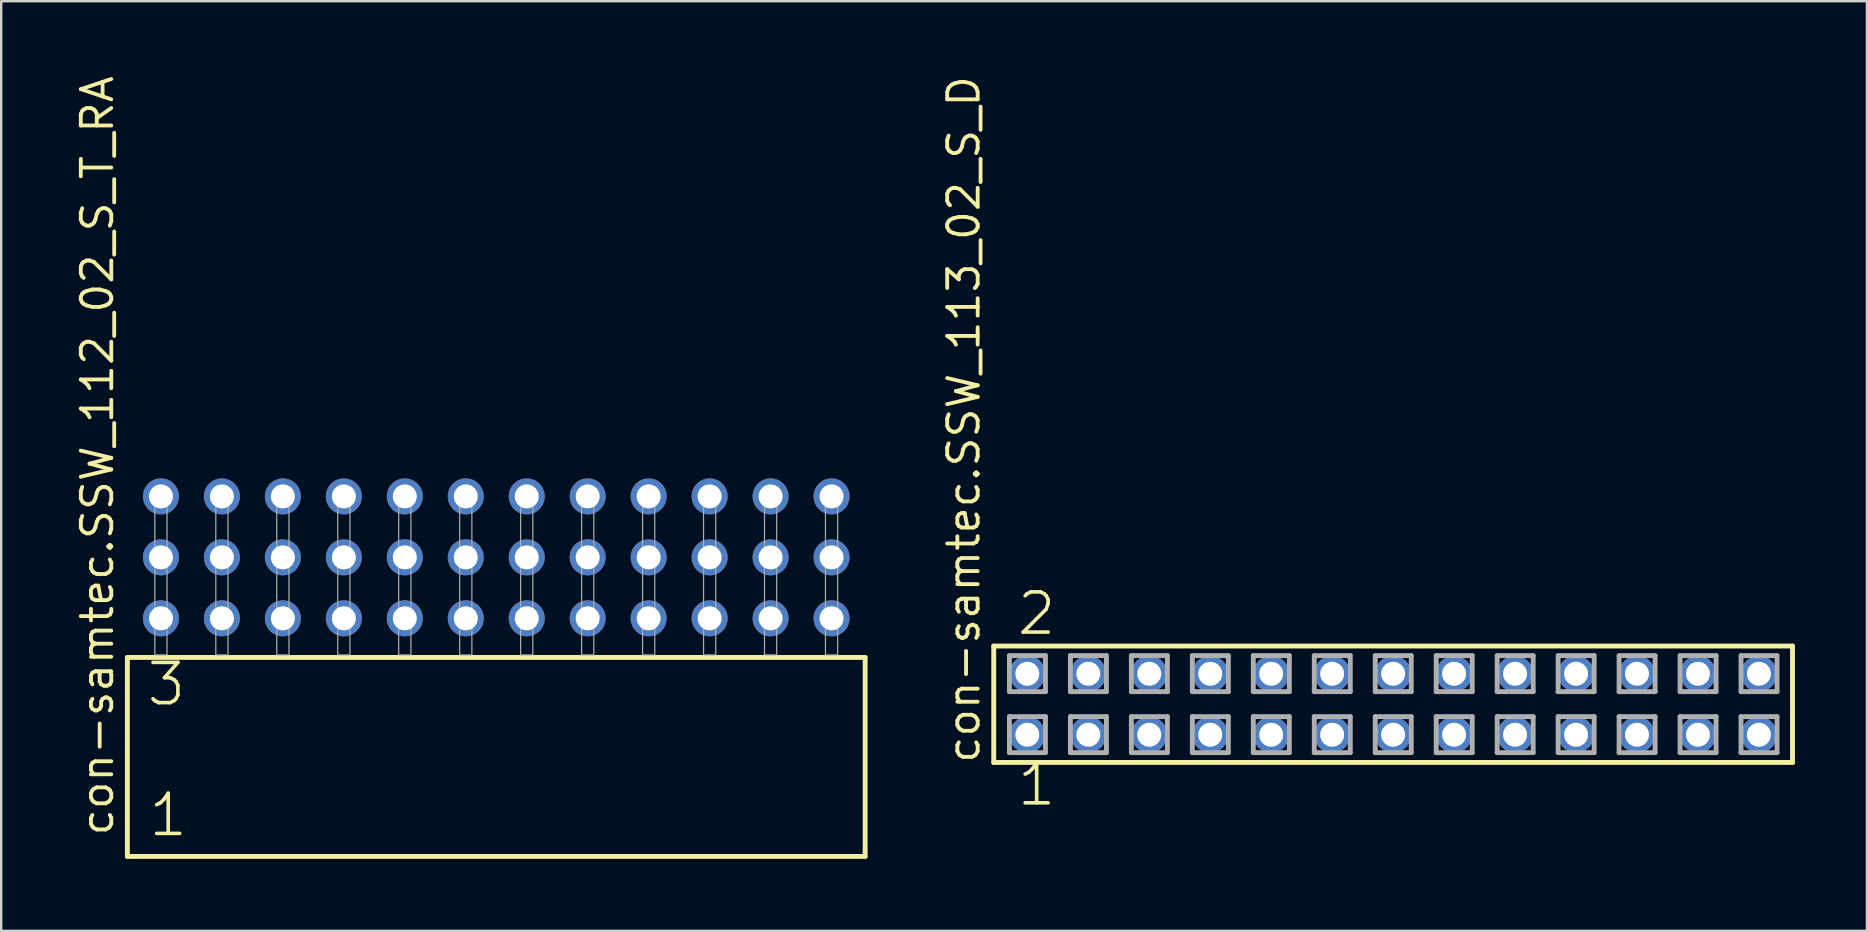
<source format=kicad_pcb>
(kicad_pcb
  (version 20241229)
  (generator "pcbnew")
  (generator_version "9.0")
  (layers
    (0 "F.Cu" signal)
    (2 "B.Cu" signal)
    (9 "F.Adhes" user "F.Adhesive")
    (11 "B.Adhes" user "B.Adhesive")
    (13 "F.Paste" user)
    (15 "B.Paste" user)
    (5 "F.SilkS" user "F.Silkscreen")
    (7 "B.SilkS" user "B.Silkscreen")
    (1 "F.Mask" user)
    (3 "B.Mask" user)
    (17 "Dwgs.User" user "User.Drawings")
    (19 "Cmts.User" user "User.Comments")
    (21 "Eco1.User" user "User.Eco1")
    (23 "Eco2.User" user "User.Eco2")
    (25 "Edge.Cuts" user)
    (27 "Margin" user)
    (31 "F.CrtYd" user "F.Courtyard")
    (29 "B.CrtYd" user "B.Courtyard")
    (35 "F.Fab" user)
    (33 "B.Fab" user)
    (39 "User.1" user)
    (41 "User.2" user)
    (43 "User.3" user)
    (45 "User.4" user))
  (footprint "con-samtec.SSW_113_02_S_D"
    (layer "F.Cu")
    (at 54.991 26.291)
    (property "Reference" "con-samtec.SSW_113_02_S_D" (at -17.145 2.54 90) (layer "F.SilkS") (effects (font (size 1.27 1.27) (thickness 0.16)) (justify left bottom)))
    (attr through_hole)
    (fp_line (start -16.639 -2.425) (end 16.639 -2.425) (stroke (width 0.203) (type default)) (layer "F.SilkS"))
    (fp_line (start -16.639 2.425) (end -16.639 -2.425) (stroke (width 0.203) (type default)) (layer "F.SilkS"))
    (fp_line (start 16.639 -2.425) (end 16.639 2.425) (stroke (width 0.203) (type default)) (layer "F.SilkS"))
    (fp_line (start 16.639 2.425) (end -16.639 2.425) (stroke (width 0.203) (type default)) (layer "F.SilkS"))
    (fp_line (start -15.985 -2.025) (end -14.485 -2.025) (stroke (width 0.203) (type default)) (layer "F.Fab"))
    (fp_line (start -15.985 -0.525) (end -15.985 -2.025) (stroke (width 0.203) (type default)) (layer "F.Fab"))
    (fp_line (start -15.985 0.515) (end -14.485 0.515) (stroke (width 0.203) (type default)) (layer "F.Fab"))
    (fp_line (start -15.985 2.015) (end -15.985 0.515) (stroke (width 0.203) (type default)) (layer "F.Fab"))
    (fp_line (start -14.485 -2.025) (end -14.485 -0.525) (stroke (width 0.203) (type default)) (layer "F.Fab"))
    (fp_line (start -14.485 -0.525) (end -15.985 -0.525) (stroke (width 0.203) (type default)) (layer "F.Fab"))
    (fp_line (start -14.485 0.515) (end -14.485 2.015) (stroke (width 0.203) (type default)) (layer "F.Fab"))
    (fp_line (start -14.485 2.015) (end -15.985 2.015) (stroke (width 0.203) (type default)) (layer "F.Fab"))
    (fp_line (start -13.445 -2.025) (end -11.945 -2.025) (stroke (width 0.203) (type default)) (layer "F.Fab"))
    (fp_line (start -13.445 -0.525) (end -13.445 -2.025) (stroke (width 0.203) (type default)) (layer "F.Fab"))
    (fp_line (start -13.445 0.515) (end -11.945 0.515) (stroke (width 0.203) (type default)) (layer "F.Fab"))
    (fp_line (start -13.445 2.015) (end -13.445 0.515) (stroke (width 0.203) (type default)) (layer "F.Fab"))
    (fp_line (start -11.945 -2.025) (end -11.945 -0.525) (stroke (width 0.203) (type default)) (layer "F.Fab"))
    (fp_line (start -11.945 -0.525) (end -13.445 -0.525) (stroke (width 0.203) (type default)) (layer "F.Fab"))
    (fp_line (start -11.945 0.515) (end -11.945 2.015) (stroke (width 0.203) (type default)) (layer "F.Fab"))
    (fp_line (start -11.945 2.015) (end -13.445 2.015) (stroke (width 0.203) (type default)) (layer "F.Fab"))
    (fp_line (start -10.905 -2.025) (end -9.405 -2.025) (stroke (width 0.203) (type default)) (layer "F.Fab"))
    (fp_line (start -10.905 -0.525) (end -10.905 -2.025) (stroke (width 0.203) (type default)) (layer "F.Fab"))
    (fp_line (start -10.905 0.515) (end -9.405 0.515) (stroke (width 0.203) (type default)) (layer "F.Fab"))
    (fp_line (start -10.905 2.015) (end -10.905 0.515) (stroke (width 0.203) (type default)) (layer "F.Fab"))
    (fp_line (start -9.405 -2.025) (end -9.405 -0.525) (stroke (width 0.203) (type default)) (layer "F.Fab"))
    (fp_line (start -9.405 -0.525) (end -10.905 -0.525) (stroke (width 0.203) (type default)) (layer "F.Fab"))
    (fp_line (start -9.405 0.515) (end -9.405 2.015) (stroke (width 0.203) (type default)) (layer "F.Fab"))
    (fp_line (start -9.405 2.015) (end -10.905 2.015) (stroke (width 0.203) (type default)) (layer "F.Fab"))
    (fp_line (start -8.365 -2.025) (end -6.865 -2.025) (stroke (width 0.203) (type default)) (layer "F.Fab"))
    (fp_line (start -8.365 -0.525) (end -8.365 -2.025) (stroke (width 0.203) (type default)) (layer "F.Fab"))
    (fp_line (start -8.365 0.515) (end -6.865 0.515) (stroke (width 0.203) (type default)) (layer "F.Fab"))
    (fp_line (start -8.365 2.015) (end -8.365 0.515) (stroke (width 0.203) (type default)) (layer "F.Fab"))
    (fp_line (start -6.865 -2.025) (end -6.865 -0.525) (stroke (width 0.203) (type default)) (layer "F.Fab"))
    (fp_line (start -6.865 -0.525) (end -8.365 -0.525) (stroke (width 0.203) (type default)) (layer "F.Fab"))
    (fp_line (start -6.865 0.515) (end -6.865 2.015) (stroke (width 0.203) (type default)) (layer "F.Fab"))
    (fp_line (start -6.865 2.015) (end -8.365 2.015) (stroke (width 0.203) (type default)) (layer "F.Fab"))
    (fp_line (start -5.825 -2.025) (end -4.325 -2.025) (stroke (width 0.203) (type default)) (layer "F.Fab"))
    (fp_line (start -5.825 -0.525) (end -5.825 -2.025) (stroke (width 0.203) (type default)) (layer "F.Fab"))
    (fp_line (start -5.825 0.515) (end -4.325 0.515) (stroke (width 0.203) (type default)) (layer "F.Fab"))
    (fp_line (start -5.825 2.015) (end -5.825 0.515) (stroke (width 0.203) (type default)) (layer "F.Fab"))
    (fp_line (start -4.325 -2.025) (end -4.325 -0.525) (stroke (width 0.203) (type default)) (layer "F.Fab"))
    (fp_line (start -4.325 -0.525) (end -5.825 -0.525) (stroke (width 0.203) (type default)) (layer "F.Fab"))
    (fp_line (start -4.325 0.515) (end -4.325 2.015) (stroke (width 0.203) (type default)) (layer "F.Fab"))
    (fp_line (start -4.325 2.015) (end -5.825 2.015) (stroke (width 0.203) (type default)) (layer "F.Fab"))
    (fp_line (start -3.285 -2.025) (end -1.785 -2.025) (stroke (width 0.203) (type default)) (layer "F.Fab"))
    (fp_line (start -3.285 -0.525) (end -3.285 -2.025) (stroke (width 0.203) (type default)) (layer "F.Fab"))
    (fp_line (start -3.285 0.515) (end -1.785 0.515) (stroke (width 0.203) (type default)) (layer "F.Fab"))
    (fp_line (start -3.285 2.015) (end -3.285 0.515) (stroke (width 0.203) (type default)) (layer "F.Fab"))
    (fp_line (start -1.785 -2.025) (end -1.785 -0.525) (stroke (width 0.203) (type default)) (layer "F.Fab"))
    (fp_line (start -1.785 -0.525) (end -3.285 -0.525) (stroke (width 0.203) (type default)) (layer "F.Fab"))
    (fp_line (start -1.785 0.515) (end -1.785 2.015) (stroke (width 0.203) (type default)) (layer "F.Fab"))
    (fp_line (start -1.785 2.015) (end -3.285 2.015) (stroke (width 0.203) (type default)) (layer "F.Fab"))
    (fp_line (start -0.745 -2.025) (end 0.755 -2.025) (stroke (width 0.203) (type default)) (layer "F.Fab"))
    (fp_line (start -0.745 -0.525) (end -0.745 -2.025) (stroke (width 0.203) (type default)) (layer "F.Fab"))
    (fp_line (start -0.745 0.515) (end 0.755 0.515) (stroke (width 0.203) (type default)) (layer "F.Fab"))
    (fp_line (start -0.745 2.015) (end -0.745 0.515) (stroke (width 0.203) (type default)) (layer "F.Fab"))
    (fp_line (start 0.755 -2.025) (end 0.755 -0.525) (stroke (width 0.203) (type default)) (layer "F.Fab"))
    (fp_line (start 0.755 -0.525) (end -0.745 -0.525) (stroke (width 0.203) (type default)) (layer "F.Fab"))
    (fp_line (start 0.755 0.515) (end 0.755 2.015) (stroke (width 0.203) (type default)) (layer "F.Fab"))
    (fp_line (start 0.755 2.015) (end -0.745 2.015) (stroke (width 0.203) (type default)) (layer "F.Fab"))
    (fp_line (start 1.795 -2.025) (end 3.295 -2.025) (stroke (width 0.203) (type default)) (layer "F.Fab"))
    (fp_line (start 1.795 -0.525) (end 1.795 -2.025) (stroke (width 0.203) (type default)) (layer "F.Fab"))
    (fp_line (start 1.795 0.515) (end 3.295 0.515) (stroke (width 0.203) (type default)) (layer "F.Fab"))
    (fp_line (start 1.795 2.015) (end 1.795 0.515) (stroke (width 0.203) (type default)) (layer "F.Fab"))
    (fp_line (start 3.295 -2.025) (end 3.295 -0.525) (stroke (width 0.203) (type default)) (layer "F.Fab"))
    (fp_line (start 3.295 -0.525) (end 1.795 -0.525) (stroke (width 0.203) (type default)) (layer "F.Fab"))
    (fp_line (start 3.295 0.515) (end 3.295 2.015) (stroke (width 0.203) (type default)) (layer "F.Fab"))
    (fp_line (start 3.295 2.015) (end 1.795 2.015) (stroke (width 0.203) (type default)) (layer "F.Fab"))
    (fp_line (start 4.335 -2.025) (end 5.835 -2.025) (stroke (width 0.203) (type default)) (layer "F.Fab"))
    (fp_line (start 4.335 -0.525) (end 4.335 -2.025) (stroke (width 0.203) (type default)) (layer "F.Fab"))
    (fp_line (start 4.335 0.515) (end 5.835 0.515) (stroke (width 0.203) (type default)) (layer "F.Fab"))
    (fp_line (start 4.335 2.015) (end 4.335 0.515) (stroke (width 0.203) (type default)) (layer "F.Fab"))
    (fp_line (start 5.835 -2.025) (end 5.835 -0.525) (stroke (width 0.203) (type default)) (layer "F.Fab"))
    (fp_line (start 5.835 -0.525) (end 4.335 -0.525) (stroke (width 0.203) (type default)) (layer "F.Fab"))
    (fp_line (start 5.835 0.515) (end 5.835 2.015) (stroke (width 0.203) (type default)) (layer "F.Fab"))
    (fp_line (start 5.835 2.015) (end 4.335 2.015) (stroke (width 0.203) (type default)) (layer "F.Fab"))
    (fp_line (start 6.875 -2.025) (end 8.375 -2.025) (stroke (width 0.203) (type default)) (layer "F.Fab"))
    (fp_line (start 6.875 -0.525) (end 6.875 -2.025) (stroke (width 0.203) (type default)) (layer "F.Fab"))
    (fp_line (start 6.875 0.515) (end 8.375 0.515) (stroke (width 0.203) (type default)) (layer "F.Fab"))
    (fp_line (start 6.875 2.015) (end 6.875 0.515) (stroke (width 0.203) (type default)) (layer "F.Fab"))
    (fp_line (start 8.375 -2.025) (end 8.375 -0.525) (stroke (width 0.203) (type default)) (layer "F.Fab"))
    (fp_line (start 8.375 -0.525) (end 6.875 -0.525) (stroke (width 0.203) (type default)) (layer "F.Fab"))
    (fp_line (start 8.375 0.515) (end 8.375 2.015) (stroke (width 0.203) (type default)) (layer "F.Fab"))
    (fp_line (start 8.375 2.015) (end 6.875 2.015) (stroke (width 0.203) (type default)) (layer "F.Fab"))
    (fp_line (start 9.415 -2.025) (end 10.915 -2.025) (stroke (width 0.203) (type default)) (layer "F.Fab"))
    (fp_line (start 9.415 -0.525) (end 9.415 -2.025) (stroke (width 0.203) (type default)) (layer "F.Fab"))
    (fp_line (start 9.415 0.515) (end 10.915 0.515) (stroke (width 0.203) (type default)) (layer "F.Fab"))
    (fp_line (start 9.415 2.015) (end 9.415 0.515) (stroke (width 0.203) (type default)) (layer "F.Fab"))
    (fp_line (start 10.915 -2.025) (end 10.915 -0.525) (stroke (width 0.203) (type default)) (layer "F.Fab"))
    (fp_line (start 10.915 -0.525) (end 9.415 -0.525) (stroke (width 0.203) (type default)) (layer "F.Fab"))
    (fp_line (start 10.915 0.515) (end 10.915 2.015) (stroke (width 0.203) (type default)) (layer "F.Fab"))
    (fp_line (start 10.915 2.015) (end 9.415 2.015) (stroke (width 0.203) (type default)) (layer "F.Fab"))
    (fp_line (start 11.955 -2.025) (end 13.455 -2.025) (stroke (width 0.203) (type default)) (layer "F.Fab"))
    (fp_line (start 11.955 -0.525) (end 11.955 -2.025) (stroke (width 0.203) (type default)) (layer "F.Fab"))
    (fp_line (start 11.955 0.515) (end 13.455 0.515) (stroke (width 0.203) (type default)) (layer "F.Fab"))
    (fp_line (start 11.955 2.015) (end 11.955 0.515) (stroke (width 0.203) (type default)) (layer "F.Fab"))
    (fp_line (start 13.455 -2.025) (end 13.455 -0.525) (stroke (width 0.203) (type default)) (layer "F.Fab"))
    (fp_line (start 13.455 -0.525) (end 11.955 -0.525) (stroke (width 0.203) (type default)) (layer "F.Fab"))
    (fp_line (start 13.455 0.515) (end 13.455 2.015) (stroke (width 0.203) (type default)) (layer "F.Fab"))
    (fp_line (start 13.455 2.015) (end 11.955 2.015) (stroke (width 0.203) (type default)) (layer "F.Fab"))
    (fp_line (start 14.495 -2.025) (end 15.995 -2.025) (stroke (width 0.203) (type default)) (layer "F.Fab"))
    (fp_line (start 14.495 -0.525) (end 14.495 -2.025) (stroke (width 0.203) (type default)) (layer "F.Fab"))
    (fp_line (start 14.495 0.515) (end 15.995 0.515) (stroke (width 0.203) (type default)) (layer "F.Fab"))
    (fp_line (start 14.495 2.015) (end 14.495 0.515) (stroke (width 0.203) (type default)) (layer "F.Fab"))
    (fp_line (start 15.995 -2.025) (end 15.995 -0.525) (stroke (width 0.203) (type default)) (layer "F.Fab"))
    (fp_line (start 15.995 -0.525) (end 14.495 -0.525) (stroke (width 0.203) (type default)) (layer "F.Fab"))
    (fp_line (start 15.995 0.515) (end 15.995 2.015) (stroke (width 0.203) (type default)) (layer "F.Fab"))
    (fp_line (start 15.995 2.015) (end 14.495 2.015) (stroke (width 0.203) (type default)) (layer "F.Fab"))
    (fp_text user "2" (at -15.748 -2.794 0) (layer "F.SilkS") (effects (font (size 1.676 1.676) (thickness 0.15)) (justify left bottom)))
    (fp_text user "1" (at -15.748 4.318 0) (layer "F.SilkS") (effects (font (size 1.676 1.676) (thickness 0.15)) (justify left bottom)))
    (pad "1" thru_hole circle (at -15.24 1.27) (size 1.5 1.5) (drill 1) (layers "*.Cu" "*.Mask"))
    (pad "2" thru_hole circle (at -15.24 -1.27) (size 1.5 1.5) (drill 1) (layers "*.Cu" "*.Mask"))
    (pad "3" thru_hole circle (at -12.7 1.27) (size 1.5 1.5) (drill 1) (layers "*.Cu" "*.Mask"))
    (pad "4" thru_hole circle (at -12.7 -1.27) (size 1.5 1.5) (drill 1) (layers "*.Cu" "*.Mask"))
    (pad "5" thru_hole circle (at -10.16 1.27) (size 1.5 1.5) (drill 1) (layers "*.Cu" "*.Mask"))
    (pad "6" thru_hole circle (at -10.16 -1.27) (size 1.5 1.5) (drill 1) (layers "*.Cu" "*.Mask"))
    (pad "7" thru_hole circle (at -7.62 1.27) (size 1.5 1.5) (drill 1) (layers "*.Cu" "*.Mask"))
    (pad "8" thru_hole circle (at -7.62 -1.27) (size 1.5 1.5) (drill 1) (layers "*.Cu" "*.Mask"))
    (pad "9" thru_hole circle (at -5.08 1.27) (size 1.5 1.5) (drill 1) (layers "*.Cu" "*.Mask"))
    (pad "10" thru_hole circle (at -5.08 -1.27) (size 1.5 1.5) (drill 1) (layers "*.Cu" "*.Mask"))
    (pad "11" thru_hole circle (at -2.54 1.27) (size 1.5 1.5) (drill 1) (layers "*.Cu" "*.Mask"))
    (pad "12" thru_hole circle (at -2.54 -1.27) (size 1.5 1.5) (drill 1) (layers "*.Cu" "*.Mask"))
    (pad "13" thru_hole circle (at 0 1.27) (size 1.5 1.5) (drill 1) (layers "*.Cu" "*.Mask"))
    (pad "14" thru_hole circle (at 0 -1.27) (size 1.5 1.5) (drill 1) (layers "*.Cu" "*.Mask"))
    (pad "15" thru_hole circle (at 2.54 1.27) (size 1.5 1.5) (drill 1) (layers "*.Cu" "*.Mask"))
    (pad "16" thru_hole circle (at 2.54 -1.27) (size 1.5 1.5) (drill 1) (layers "*.Cu" "*.Mask"))
    (pad "17" thru_hole circle (at 5.08 1.27) (size 1.5 1.5) (drill 1) (layers "*.Cu" "*.Mask"))
    (pad "18" thru_hole circle (at 5.08 -1.27) (size 1.5 1.5) (drill 1) (layers "*.Cu" "*.Mask"))
    (pad "19" thru_hole circle (at 7.62 1.27) (size 1.5 1.5) (drill 1) (layers "*.Cu" "*.Mask"))
    (pad "20" thru_hole circle (at 7.62 -1.27) (size 1.5 1.5) (drill 1) (layers "*.Cu" "*.Mask"))
    (pad "21" thru_hole circle (at 10.16 1.27) (size 1.5 1.5) (drill 1) (layers "*.Cu" "*.Mask"))
    (pad "22" thru_hole circle (at 10.16 -1.27) (size 1.5 1.5) (drill 1) (layers "*.Cu" "*.Mask"))
    (pad "23" thru_hole circle (at 12.7 1.27) (size 1.5 1.5) (drill 1) (layers "*.Cu" "*.Mask"))
    (pad "24" thru_hole circle (at 12.7 -1.27) (size 1.5 1.5) (drill 1) (layers "*.Cu" "*.Mask"))
    (pad "25" thru_hole circle (at 15.24 1.27) (size 1.5 1.5) (drill 1) (layers "*.Cu" "*.Mask"))
    (pad "26" thru_hole circle (at 15.24 -1.27) (size 1.5 1.5) (drill 1) (layers "*.Cu" "*.Mask")))
  (footprint "con-samtec.SSW_112_02_S_T_RA"
    (layer "F.Cu")
    (at 17.625 24.235)
    (property "Reference" "con-samtec.SSW_112_02_S_T_RA" (at -15.875 7.62 90) (layer "F.SilkS") (effects (font (size 1.27 1.27) (thickness 0.16)) (justify left bottom)))
    (attr through_hole)
    (fp_line (start -15.369 0.106) (end -15.369 8.396) (stroke (width 0.203) (type default)) (layer "F.SilkS"))
    (fp_line (start -15.369 8.396) (end 15.369 8.396) (stroke (width 0.203) (type default)) (layer "F.SilkS"))
    (fp_line (start 15.369 0.106) (end -15.369 0.106) (stroke (width 0.203) (type default)) (layer "F.SilkS"))
    (fp_line (start 15.369 8.396) (end 15.369 0.106) (stroke (width 0.203) (type default)) (layer "F.SilkS"))
    (fp_rect (start -14.224 0) (end -13.716 -6.858) (stroke (width 0.05) (type default)) (fill no) (layer "F.Fab"))
    (fp_rect (start -11.684 0) (end -11.176 -6.858) (stroke (width 0.05) (type default)) (fill no) (layer "F.Fab"))
    (fp_rect (start -9.144 0) (end -8.636 -6.858) (stroke (width 0.05) (type default)) (fill no) (layer "F.Fab"))
    (fp_rect (start -6.604 0) (end -6.096 -6.858) (stroke (width 0.05) (type default)) (fill no) (layer "F.Fab"))
    (fp_rect (start -4.064 0) (end -3.556 -6.858) (stroke (width 0.05) (type default)) (fill no) (layer "F.Fab"))
    (fp_rect (start -1.524 0) (end -1.016 -6.858) (stroke (width 0.05) (type default)) (fill no) (layer "F.Fab"))
    (fp_rect (start 1.016 0) (end 1.524 -6.858) (stroke (width 0.05) (type default)) (fill no) (layer "F.Fab"))
    (fp_rect (start 3.556 0) (end 4.064 -6.858) (stroke (width 0.05) (type default)) (fill no) (layer "F.Fab"))
    (fp_rect (start 6.096 0) (end 6.604 -6.858) (stroke (width 0.05) (type default)) (fill no) (layer "F.Fab"))
    (fp_rect (start 8.636 0) (end 9.144 -6.858) (stroke (width 0.05) (type default)) (fill no) (layer "F.Fab"))
    (fp_rect (start 11.176 0) (end 11.684 -6.858) (stroke (width 0.05) (type default)) (fill no) (layer "F.Fab"))
    (fp_rect (start 13.716 0) (end 14.224 -6.858) (stroke (width 0.05) (type default)) (fill no) (layer "F.Fab"))
    (fp_text user "3" (at -14.64 2.2 0) (layer "F.SilkS") (effects (font (size 1.676 1.676) (thickness 0.15)) (justify left bottom)))
    (fp_text user "1" (at -14.565 7.65 0) (layer "F.SilkS") (effects (font (size 1.676 1.676) (thickness 0.15)) (justify left bottom)))
    (pad "1" thru_hole circle (at -13.97 -1.524) (size 1.5 1.5) (drill 1) (layers "*.Cu" "*.Mask"))
    (pad "2" thru_hole circle (at -13.97 -4.064) (size 1.5 1.5) (drill 1) (layers "*.Cu" "*.Mask"))
    (pad "3" thru_hole circle (at -13.97 -6.604) (size 1.5 1.5) (drill 1) (layers "*.Cu" "*.Mask"))
    (pad "4" thru_hole circle (at -11.43 -1.524) (size 1.5 1.5) (drill 1) (layers "*.Cu" "*.Mask"))
    (pad "5" thru_hole circle (at -11.43 -4.064) (size 1.5 1.5) (drill 1) (layers "*.Cu" "*.Mask"))
    (pad "6" thru_hole circle (at -11.43 -6.604) (size 1.5 1.5) (drill 1) (layers "*.Cu" "*.Mask"))
    (pad "7" thru_hole circle (at -8.89 -1.524) (size 1.5 1.5) (drill 1) (layers "*.Cu" "*.Mask"))
    (pad "8" thru_hole circle (at -8.89 -4.064) (size 1.5 1.5) (drill 1) (layers "*.Cu" "*.Mask"))
    (pad "9" thru_hole circle (at -8.89 -6.604) (size 1.5 1.5) (drill 1) (layers "*.Cu" "*.Mask"))
    (pad "10" thru_hole circle (at -6.35 -1.524) (size 1.5 1.5) (drill 1) (layers "*.Cu" "*.Mask"))
    (pad "11" thru_hole circle (at -6.35 -4.064) (size 1.5 1.5) (drill 1) (layers "*.Cu" "*.Mask"))
    (pad "12" thru_hole circle (at -6.35 -6.604) (size 1.5 1.5) (drill 1) (layers "*.Cu" "*.Mask"))
    (pad "13" thru_hole circle (at -3.81 -1.524) (size 1.5 1.5) (drill 1) (layers "*.Cu" "*.Mask"))
    (pad "14" thru_hole circle (at -3.81 -4.064) (size 1.5 1.5) (drill 1) (layers "*.Cu" "*.Mask"))
    (pad "15" thru_hole circle (at -3.81 -6.604) (size 1.5 1.5) (drill 1) (layers "*.Cu" "*.Mask"))
    (pad "16" thru_hole circle (at -1.27 -1.524) (size 1.5 1.5) (drill 1) (layers "*.Cu" "*.Mask"))
    (pad "17" thru_hole circle (at -1.27 -4.064) (size 1.5 1.5) (drill 1) (layers "*.Cu" "*.Mask"))
    (pad "18" thru_hole circle (at -1.27 -6.604) (size 1.5 1.5) (drill 1) (layers "*.Cu" "*.Mask"))
    (pad "19" thru_hole circle (at 1.27 -1.524) (size 1.5 1.5) (drill 1) (layers "*.Cu" "*.Mask"))
    (pad "20" thru_hole circle (at 1.27 -4.064) (size 1.5 1.5) (drill 1) (layers "*.Cu" "*.Mask"))
    (pad "21" thru_hole circle (at 1.27 -6.604) (size 1.5 1.5) (drill 1) (layers "*.Cu" "*.Mask"))
    (pad "22" thru_hole circle (at 3.81 -1.524) (size 1.5 1.5) (drill 1) (layers "*.Cu" "*.Mask"))
    (pad "23" thru_hole circle (at 3.81 -4.064) (size 1.5 1.5) (drill 1) (layers "*.Cu" "*.Mask"))
    (pad "24" thru_hole circle (at 3.81 -6.604) (size 1.5 1.5) (drill 1) (layers "*.Cu" "*.Mask"))
    (pad "25" thru_hole circle (at 6.35 -1.524) (size 1.5 1.5) (drill 1) (layers "*.Cu" "*.Mask"))
    (pad "26" thru_hole circle (at 6.35 -4.064) (size 1.5 1.5) (drill 1) (layers "*.Cu" "*.Mask"))
    (pad "27" thru_hole circle (at 6.35 -6.604) (size 1.5 1.5) (drill 1) (layers "*.Cu" "*.Mask"))
    (pad "28" thru_hole circle (at 8.89 -1.524) (size 1.5 1.5) (drill 1) (layers "*.Cu" "*.Mask"))
    (pad "29" thru_hole circle (at 8.89 -4.064) (size 1.5 1.5) (drill 1) (layers "*.Cu" "*.Mask"))
    (pad "30" thru_hole circle (at 8.89 -6.604) (size 1.5 1.5) (drill 1) (layers "*.Cu" "*.Mask"))
    (pad "31" thru_hole circle (at 11.43 -1.524) (size 1.5 1.5) (drill 1) (layers "*.Cu" "*.Mask"))
    (pad "32" thru_hole circle (at 11.43 -4.064) (size 1.5 1.5) (drill 1) (layers "*.Cu" "*.Mask"))
    (pad "33" thru_hole circle (at 11.43 -6.604) (size 1.5 1.5) (drill 1) (layers "*.Cu" "*.Mask"))
    (pad "34" thru_hole circle (at 13.97 -1.524) (size 1.5 1.5) (drill 1) (layers "*.Cu" "*.Mask"))
    (pad "35" thru_hole circle (at 13.97 -4.064) (size 1.5 1.5) (drill 1) (layers "*.Cu" "*.Mask"))
    (pad "36" thru_hole circle (at 13.97 -6.604) (size 1.5 1.5) (drill 1) (layers "*.Cu" "*.Mask")))
  (gr_rect
    (start -3 -3)
    (end 74.731 35.733)
    (stroke (width 0.1) (type default))
    (fill no)
    (layer "Edge.Cuts")))
</source>
